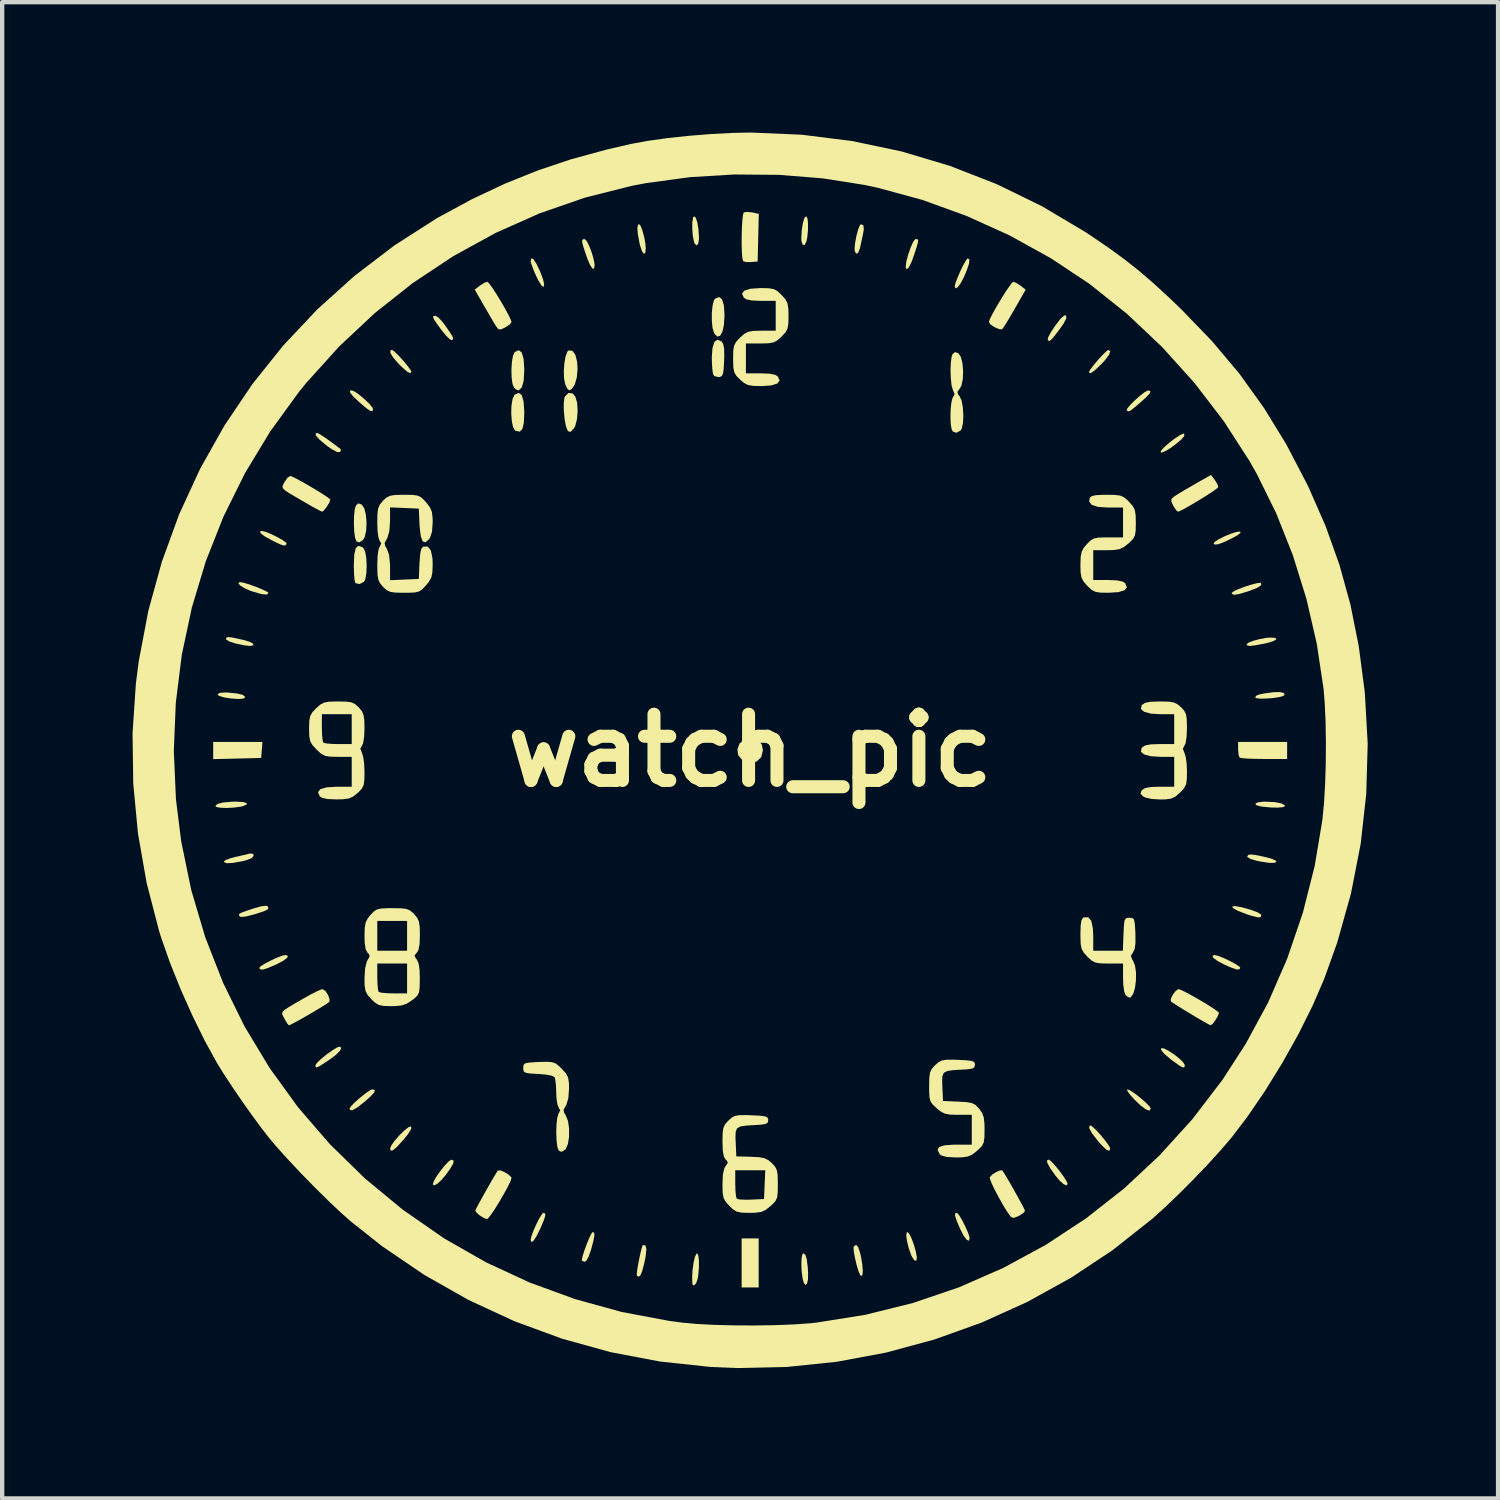
<source format=kicad_pcb>
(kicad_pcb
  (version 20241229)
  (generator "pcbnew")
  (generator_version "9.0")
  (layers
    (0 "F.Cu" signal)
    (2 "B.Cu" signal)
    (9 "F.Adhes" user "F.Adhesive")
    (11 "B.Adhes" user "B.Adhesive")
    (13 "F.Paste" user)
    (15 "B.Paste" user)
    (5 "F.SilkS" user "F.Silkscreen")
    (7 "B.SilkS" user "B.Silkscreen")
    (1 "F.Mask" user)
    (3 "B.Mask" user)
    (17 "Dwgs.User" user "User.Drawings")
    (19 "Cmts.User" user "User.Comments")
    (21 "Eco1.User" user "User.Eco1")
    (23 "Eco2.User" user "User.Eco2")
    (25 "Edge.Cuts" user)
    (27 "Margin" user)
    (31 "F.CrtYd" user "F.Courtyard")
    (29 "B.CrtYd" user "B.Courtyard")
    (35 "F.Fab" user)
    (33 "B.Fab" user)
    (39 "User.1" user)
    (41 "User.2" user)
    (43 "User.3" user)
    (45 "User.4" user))
  (footprint "watch_pic"
    (layer "F.Cu")
    (at 14.213 14.22)
    (property "Reference" "watch_pic" (at 0 0 0) (layer "F.SilkS") (effects (font (size 1.524 1.524) (thickness 0.3))))
    (attr board_only exclude_from_pos_files exclude_from_bom)
    (fp_poly (pts (xy 0.196 12.357) (xy -0.196 12.357) (xy -0.196 11.229) (xy 0.196 11.229)) (stroke (width 0) (type solid)) (fill yes) (layer "F.SilkS"))
    (fp_poly (pts (xy -11.238 -0.012) (xy -11.253 0.172) (xy -12.357 0.199) (xy -12.357 -0.196) (xy -11.223 -0.196)) (stroke (width 0) (type solid)) (fill yes) (layer "F.SilkS"))
    (fp_poly (pts (xy 12.357 0.196) (xy 11.826 0.196) (xy 11.606 0.193) (xy 11.425 0.186) (xy 11.302 0.174) (xy 11.262 0.163) (xy 11.239 0.096) (xy 11.229 -0.023) (xy 11.229 -0.033) (xy 11.229 -0.196) (xy 12.357 -0.196)) (stroke (width 0) (type solid)) (fill yes) (layer "F.SilkS"))
    (fp_poly (pts (xy -12.025 -1.333) (xy -11.805 -1.311) (xy -11.675 -1.279) (xy -11.623 -1.235) (xy -11.621 -1.223) (xy -11.666 -1.193) (xy -11.784 -1.185) (xy -11.955 -1.197) (xy -12.101 -1.22) (xy -12.224 -1.257) (xy -12.257 -1.295) (xy -12.206 -1.325) (xy -12.08 -1.335)) (stroke (width 0) (type solid)) (fill yes) (layer "F.SilkS"))
    (fp_poly (pts (xy 11.304 3.606) (xy 11.507 3.662) (xy 11.679 3.725) (xy 11.76 3.778) (xy 11.753 3.825) (xy 11.732 3.84) (xy 11.669 3.837) (xy 11.544 3.806) (xy 11.427 3.769) (xy 11.223 3.69) (xy 11.113 3.628) (xy 11.092 3.591) (xy 11.157 3.581)) (stroke (width 0) (type solid)) (fill yes) (layer "F.SilkS"))
    (fp_poly (pts (xy -11.669 1.187) (xy -11.586 1.212) (xy -11.588 1.246) (xy -11.679 1.283) (xy -11.725 1.293) (xy -11.883 1.315) (xy -12.048 1.323) (xy -12.192 1.318) (xy -12.286 1.3) (xy -12.308 1.281) (xy -12.261 1.231) (xy -12.128 1.197) (xy -11.921 1.179) (xy -11.83 1.178)) (stroke (width 0) (type solid)) (fill yes) (layer "F.SilkS"))
    (fp_poly (pts (xy -9.905 -7.279) (xy -9.795 -7.207) (xy -9.653 -7.107) (xy -9.502 -6.995) (xy -9.418 -6.929) (xy -9.426 -6.886) (xy -9.443 -6.866) (xy -9.507 -6.868) (xy -9.629 -6.934) (xy -9.746 -7.016) (xy -9.906 -7.149) (xy -9.992 -7.244) (xy -9.998 -7.297) (xy -9.961 -7.306)) (stroke (width 0) (type solid)) (fill yes) (layer "F.SilkS"))
    (fp_poly (pts (xy -8.636 7.815) (xy -8.655 7.874) (xy -8.752 7.977) (xy -8.872 8.083) (xy -9.046 8.219) (xy -9.159 8.281) (xy -9.213 8.27) (xy -9.219 8.242) (xy -9.183 8.185) (xy -9.092 8.092) (xy -8.972 7.986) (xy -8.847 7.887) (xy -8.743 7.818) (xy -8.691 7.797)) (stroke (width 0) (type solid)) (fill yes) (layer "F.SilkS"))
    (fp_poly (pts (xy -8.19 -9.184) (xy -8.099 -9.096) (xy -7.993 -8.981) (xy -7.893 -8.862) (xy -7.82 -8.764) (xy -7.797 -8.716) (xy -7.82 -8.68) (xy -7.895 -8.718) (xy -8.023 -8.832) (xy -8.081 -8.889) (xy -8.214 -9.04) (xy -8.28 -9.149) (xy -8.276 -9.209) (xy -8.242 -9.219)) (stroke (width 0) (type solid)) (fill yes) (layer "F.SilkS"))
    (fp_poly (pts (xy -7.803 8.651) (xy -7.799 8.707) (xy -7.871 8.825) (xy -7.973 8.952) (xy -8.121 9.116) (xy -8.22 9.201) (xy -8.273 9.21) (xy -8.285 9.157) (xy -8.253 9.081) (xy -8.173 8.972) (xy -8.068 8.852) (xy -7.957 8.744) (xy -7.862 8.669) (xy -7.804 8.65)) (stroke (width 0) (type solid)) (fill yes) (layer "F.SilkS"))
    (fp_poly (pts (xy -4.99 -11.307) (xy -4.923 -11.208) (xy -4.839 -11.035) (xy -4.834 -11.025) (xy -4.765 -10.84) (xy -4.74 -10.719) (xy -4.753 -10.669) (xy -4.799 -10.697) (xy -4.872 -10.811) (xy -4.922 -10.912) (xy -4.99 -11.07) (xy -5.036 -11.198) (xy -5.051 -11.259) (xy -5.035 -11.326)) (stroke (width 0) (type solid)) (fill yes) (layer "F.SilkS"))
    (fp_poly (pts (xy -2.519 -12.068) (xy -2.477 -11.958) (xy -2.438 -11.811) (xy -2.411 -11.659) (xy -2.403 -11.55) (xy -2.415 -11.447) (xy -2.448 -11.43) (xy -2.49 -11.491) (xy -2.534 -11.623) (xy -2.546 -11.673) (xy -2.588 -11.905) (xy -2.595 -12.049) (xy -2.568 -12.109) (xy -2.556 -12.112)) (stroke (width 0) (type solid)) (fill yes) (layer "F.SilkS"))
    (fp_poly (pts (xy -1.253 -12.262) (xy -1.216 -12.155) (xy -1.19 -11.994) (xy -1.178 -11.803) (xy -1.177 -11.781) (xy -1.193 -11.666) (xy -1.231 -11.622) (xy -1.276 -11.661) (xy -1.293 -11.707) (xy -1.32 -11.845) (xy -1.332 -12.004) (xy -1.331 -12.153) (xy -1.315 -12.26) (xy -1.294 -12.293)) (stroke (width 0) (type solid)) (fill yes) (layer "F.SilkS"))
    (fp_poly (pts (xy 0.167 -0.252) (xy 0.267 -0.138) (xy 0.294 -0.004) (xy 0.255 0.153) (xy 0.152 0.253) (xy 0.01 0.286) (xy -0.149 0.241) (xy -0.185 0.218) (xy -0.277 0.105) (xy -0.293 -0.028) (xy -0.244 -0.157) (xy -0.14 -0.255) (xy 0.009 -0.294) (xy 0.013 -0.294)) (stroke (width 0) (type solid)) (fill yes) (layer "F.SilkS"))
    (fp_poly (pts (xy 1.269 11.604) (xy 1.302 11.707) (xy 1.325 11.891) (xy 1.333 12.009) (xy 1.331 12.17) (xy 1.308 12.27) (xy 1.273 12.3) (xy 1.234 12.249) (xy 1.208 12.156) (xy 1.186 11.995) (xy 1.178 11.829) (xy 1.184 11.685) (xy 1.203 11.592) (xy 1.223 11.572)) (stroke (width 0) (type solid)) (fill yes) (layer "F.SilkS"))
    (fp_poly (pts (xy 1.294 -12.293) (xy 1.32 -12.238) (xy 1.332 -12.118) (xy 1.33 -11.964) (xy 1.314 -11.807) (xy 1.293 -11.707) (xy 1.251 -11.629) (xy 1.208 -11.637) (xy 1.181 -11.721) (xy 1.177 -11.781) (xy 1.187 -11.974) (xy 1.213 -12.139) (xy 1.248 -12.253) (xy 1.289 -12.294)) (stroke (width 0) (type solid)) (fill yes) (layer "F.SilkS"))
    (fp_poly (pts (xy 6.925 9.452) (xy 7.012 9.546) (xy 7.114 9.67) (xy 7.21 9.801) (xy 7.28 9.911) (xy 7.306 9.974) (xy 7.279 10.01) (xy 7.21 9.978) (xy 7.113 9.89) (xy 7.023 9.781) (xy 6.898 9.602) (xy 6.836 9.487) (xy 6.834 9.428) (xy 6.872 9.415)) (stroke (width 0) (type solid)) (fill yes) (layer "F.SilkS"))
    (fp_poly (pts (xy 7.888 8.666) (xy 7.979 8.755) (xy 8.086 8.874) (xy 8.186 8.998) (xy 8.26 9.102) (xy 8.286 9.157) (xy 8.266 9.214) (xy 8.201 9.19) (xy 8.089 9.084) (xy 7.997 8.979) (xy 7.864 8.806) (xy 7.801 8.69) (xy 7.811 8.635) (xy 7.833 8.63)) (stroke (width 0) (type solid)) (fill yes) (layer "F.SilkS"))
    (fp_poly (pts (xy 8.287 -9.189) (xy 8.259 -9.106) (xy 8.163 -8.978) (xy 8.081 -8.889) (xy 7.93 -8.747) (xy 7.836 -8.683) (xy 7.798 -8.697) (xy 7.797 -8.709) (xy 7.827 -8.766) (xy 7.904 -8.867) (xy 8.005 -8.987) (xy 8.11 -9.102) (xy 8.197 -9.187) (xy 8.242 -9.219)) (stroke (width 0) (type solid)) (fill yes) (layer "F.SilkS"))
    (fp_poly (pts (xy 8.753 7.827) (xy 8.865 7.903) (xy 8.993 8.005) (xy 9.112 8.11) (xy 9.195 8.198) (xy 9.219 8.242) (xy 9.19 8.288) (xy 9.107 8.26) (xy 8.978 8.163) (xy 8.851 8.042) (xy 8.741 7.921) (xy 8.679 7.834) (xy 8.677 7.797) (xy 8.681 7.797)) (stroke (width 0) (type solid)) (fill yes) (layer "F.SilkS"))
    (fp_poly (pts (xy 9.987 -7.29) (xy 9.99 -7.238) (xy 9.92 -7.153) (xy 9.771 -7.031) (xy 9.69 -6.972) (xy 9.565 -6.894) (xy 9.473 -6.856) (xy 9.441 -6.862) (xy 9.463 -6.91) (xy 9.543 -6.993) (xy 9.658 -7.092) (xy 9.784 -7.187) (xy 9.896 -7.26) (xy 9.972 -7.293)) (stroke (width 0) (type solid)) (fill yes) (layer "F.SilkS"))
    (fp_poly (pts (xy 10.772 4.728) (xy 10.901 4.779) (xy 11.043 4.846) (xy 11.172 4.916) (xy 11.259 4.974) (xy 11.278 4.999) (xy 11.256 5.039) (xy 11.181 5.036) (xy 11.043 4.986) (xy 10.898 4.921) (xy 10.747 4.839) (xy 10.656 4.77) (xy 10.637 4.723) (xy 10.688 4.707)) (stroke (width 0) (type solid)) (fill yes) (layer "F.SilkS"))
    (fp_poly (pts (xy 11.276 -5.037) (xy 11.286 -5.009) (xy 11.213 -4.952) (xy 11.141 -4.911) (xy 10.926 -4.804) (xy 10.781 -4.748) (xy 10.695 -4.738) (xy 10.664 -4.758) (xy 10.689 -4.799) (xy 10.78 -4.859) (xy 10.911 -4.925) (xy 11.054 -4.985) (xy 11.183 -5.027) (xy 11.271 -5.038)) (stroke (width 0) (type solid)) (fill yes) (layer "F.SilkS"))
    (fp_poly (pts (xy 12.072 1.189) (xy 12.226 1.218) (xy 12.302 1.263) (xy 12.308 1.281) (xy 12.263 1.304) (xy 12.147 1.315) (xy 11.985 1.312) (xy 11.803 1.295) (xy 11.756 1.289) (xy 11.646 1.259) (xy 11.625 1.224) (xy 11.683 1.194) (xy 11.813 1.178) (xy 11.854 1.178)) (stroke (width 0) (type solid)) (fill yes) (layer "F.SilkS"))
    (fp_poly (pts (xy 12.279 -1.324) (xy 12.3 -1.287) (xy 12.27 -1.257) (xy 12.186 -1.23) (xy 12.053 -1.209) (xy 11.899 -1.196) (xy 11.756 -1.192) (xy 11.654 -1.201) (xy 11.621 -1.219) (xy 11.644 -1.259) (xy 11.722 -1.291) (xy 11.87 -1.318) (xy 12.05 -1.341) (xy 12.189 -1.344)) (stroke (width 0) (type solid)) (fill yes) (layer "F.SilkS"))
    (fp_poly (pts (xy -11.647 -3.858) (xy -11.513 -3.817) (xy -11.361 -3.761) (xy -11.22 -3.703) (xy -11.117 -3.653) (xy -11.082 -3.624) (xy -11.124 -3.587) (xy -11.251 -3.599) (xy -11.462 -3.661) (xy -11.496 -3.672) (xy -11.631 -3.731) (xy -11.73 -3.792) (xy -11.776 -3.844) (xy -11.755 -3.872) (xy -11.733 -3.874)) (stroke (width 0) (type solid)) (fill yes) (layer "F.SilkS"))
    (fp_poly (pts (xy -11.438 2.38) (xy -11.425 2.42) (xy -11.473 2.48) (xy -11.616 2.532) (xy -11.673 2.546) (xy -11.904 2.588) (xy -12.047 2.595) (xy -12.109 2.568) (xy -12.112 2.555) (xy -12.068 2.52) (xy -11.956 2.479) (xy -11.854 2.452) (xy -11.691 2.415) (xy -11.559 2.383) (xy -11.511 2.371)) (stroke (width 0) (type solid)) (fill yes) (layer "F.SilkS"))
    (fp_poly (pts (xy -11.15 -5.031) (xy -11.025 -4.98) (xy -10.887 -4.913) (xy -10.764 -4.843) (xy -10.682 -4.785) (xy -10.665 -4.756) (xy -10.694 -4.722) (xy -10.737 -4.717) (xy -10.816 -4.744) (xy -10.954 -4.809) (xy -11.021 -4.843) (xy -11.178 -4.931) (xy -11.266 -5) (xy -11.277 -5.041) (xy -11.235 -5.051)) (stroke (width 0) (type solid)) (fill yes) (layer "F.SilkS"))
    (fp_poly (pts (xy -9.095 -8.256) (xy -8.985 -8.177) (xy -8.863 -8.074) (xy -8.756 -7.969) (xy -8.689 -7.886) (xy -8.679 -7.86) (xy -8.692 -7.81) (xy -8.737 -7.812) (xy -8.827 -7.872) (xy -8.974 -7.996) (xy -8.986 -8.007) (xy -9.134 -8.145) (xy -9.206 -8.234) (xy -9.207 -8.278) (xy -9.167 -8.287)) (stroke (width 0) (type solid)) (fill yes) (layer "F.SilkS"))
    (fp_poly (pts (xy -6.825 9.435) (xy -6.832 9.502) (xy -6.902 9.624) (xy -6.998 9.759) (xy -7.105 9.886) (xy -7.201 9.972) (xy -7.271 10.009) (xy -7.301 9.988) (xy -7.288 9.929) (xy -7.233 9.826) (xy -7.144 9.697) (xy -7.043 9.569) (xy -6.949 9.467) (xy -6.884 9.418) (xy -6.877 9.417)) (stroke (width 0) (type solid)) (fill yes) (layer "F.SilkS"))
    (fp_poly (pts (xy -1.195 11.616) (xy -1.18 11.729) (xy -1.179 11.883) (xy -1.191 12.05) (xy -1.207 12.154) (xy -1.242 12.256) (xy -1.287 12.31) (xy -1.322 12.298) (xy -1.329 12.271) (xy -1.335 12.123) (xy -1.325 11.952) (xy -1.302 11.786) (xy -1.271 11.652) (xy -1.235 11.579) (xy -1.222 11.572)) (stroke (width 0) (type solid)) (fill yes) (layer "F.SilkS"))
    (fp_poly (pts (xy 0.052 -12.381) (xy 0.199 -12.348) (xy 0.172 -11.253) (xy 0.023 -11.239) (xy -0.094 -11.239) (xy -0.161 -11.259) (xy -0.179 -11.324) (xy -0.191 -11.461) (xy -0.196 -11.643) (xy -0.195 -11.848) (xy -0.189 -12.048) (xy -0.178 -12.221) (xy -0.162 -12.341) (xy -0.146 -12.382) (xy -0.066 -12.394)) (stroke (width 0) (type solid)) (fill yes) (layer "F.SilkS"))
    (fp_poly (pts (xy 2.487 11.432) (xy 2.536 11.584) (xy 2.55 11.646) (xy 2.581 11.832) (xy 2.592 11.98) (xy 2.583 12.072) (xy 2.555 12.094) (xy 2.529 12.066) (xy 2.49 11.975) (xy 2.448 11.833) (xy 2.411 11.674) (xy 2.385 11.53) (xy 2.379 11.434) (xy 2.384 11.416) (xy 2.437 11.376)) (stroke (width 0) (type solid)) (fill yes) (layer "F.SilkS"))
    (fp_poly (pts (xy 2.605 -12.085) (xy 2.616 -11.996) (xy 2.596 -11.876) (xy 2.56 -11.714) (xy 2.529 -11.567) (xy 2.527 -11.56) (xy 2.486 -11.454) (xy 2.439 -11.431) (xy 2.407 -11.493) (xy 2.403 -11.55) (xy 2.414 -11.676) (xy 2.442 -11.826) (xy 2.479 -11.969) (xy 2.518 -12.074) (xy 2.547 -12.112)) (stroke (width 0) (type solid)) (fill yes) (layer "F.SilkS"))
    (fp_poly (pts (xy 3.664 11.125) (xy 3.717 11.235) (xy 3.77 11.38) (xy 3.812 11.532) (xy 3.835 11.66) (xy 3.829 11.734) (xy 3.826 11.738) (xy 3.776 11.734) (xy 3.716 11.636) (xy 3.708 11.618) (xy 3.648 11.449) (xy 3.608 11.287) (xy 3.592 11.159) (xy 3.605 11.088) (xy 3.619 11.082)) (stroke (width 0) (type solid)) (fill yes) (layer "F.SilkS"))
    (fp_poly (pts (xy 7.271 -10.009) (xy 7.275 -9.944) (xy 7.211 -9.82) (xy 7.116 -9.687) (xy 7.001 -9.536) (xy 6.929 -9.452) (xy 6.887 -9.423) (xy 6.859 -9.435) (xy 6.846 -9.455) (xy 6.86 -9.512) (xy 6.92 -9.624) (xy 7.014 -9.767) (xy 7.021 -9.777) (xy 7.144 -9.937) (xy 7.228 -10.011)) (stroke (width 0) (type solid)) (fill yes) (layer "F.SilkS"))
    (fp_poly (pts (xy 9.516 6.855) (xy 9.621 6.907) (xy 9.748 6.99) (xy 9.871 7.085) (xy 9.964 7.175) (xy 10.003 7.241) (xy 10.003 7.243) (xy 9.992 7.29) (xy 9.951 7.293) (xy 9.867 7.245) (xy 9.725 7.142) (xy 9.67 7.1) (xy 9.528 6.978) (xy 9.457 6.891) (xy 9.457 6.852)) (stroke (width 0) (type solid)) (fill yes) (layer "F.SilkS"))
    (fp_poly (pts (xy 11.621 2.404) (xy 11.793 2.439) (xy 11.879 2.458) (xy 12.014 2.497) (xy 12.098 2.537) (xy 12.112 2.555) (xy 12.071 2.587) (xy 11.948 2.587) (xy 11.738 2.555) (xy 11.656 2.538) (xy 11.516 2.498) (xy 11.445 2.454) (xy 11.44 2.434) (xy 11.464 2.403) (xy 11.517 2.393)) (stroke (width 0) (type solid)) (fill yes) (layer "F.SilkS"))
    (fp_poly (pts (xy 11.756 -3.853) (xy 11.76 -3.804) (xy 11.676 -3.746) (xy 11.501 -3.676) (xy 11.453 -3.66) (xy 11.258 -3.601) (xy 11.139 -3.582) (xy 11.087 -3.603) (xy 11.082 -3.625) (xy 11.125 -3.661) (xy 11.233 -3.712) (xy 11.379 -3.767) (xy 11.532 -3.816) (xy 11.664 -3.85) (xy 11.745 -3.858)) (stroke (width 0) (type solid)) (fill yes) (layer "F.SilkS"))
    (fp_poly (pts (xy 12.09 -2.588) (xy 12.108 -2.558) (xy 12.047 -2.519) (xy 11.915 -2.477) (xy 11.834 -2.459) (xy 11.631 -2.421) (xy 11.506 -2.406) (xy 11.443 -2.414) (xy 11.425 -2.444) (xy 11.425 -2.446) (xy 11.469 -2.482) (xy 11.579 -2.524) (xy 11.725 -2.563) (xy 11.878 -2.591) (xy 11.986 -2.599)) (stroke (width 0) (type solid)) (fill yes) (layer "F.SilkS"))
    (fp_poly (pts (xy -11.93 -2.601) (xy -11.791 -2.573) (xy -11.658 -2.543) (xy -11.517 -2.501) (xy -11.438 -2.457) (xy -11.431 -2.422) (xy -11.504 -2.406) (xy -11.535 -2.407) (xy -11.651 -2.421) (xy -11.808 -2.454) (xy -11.866 -2.468) (xy -11.991 -2.511) (xy -12.06 -2.555) (xy -12.064 -2.574) (xy -12.046 -2.6) (xy -12.008 -2.61)) (stroke (width 0) (type solid)) (fill yes) (layer "F.SilkS"))
    (fp_poly (pts (xy -11.102 3.586) (xy -11.086 3.628) (xy -11.109 3.662) (xy -11.187 3.699) (xy -11.337 3.749) (xy -11.42 3.774) (xy -11.6 3.82) (xy -11.715 3.831) (xy -11.749 3.817) (xy -11.765 3.785) (xy -11.756 3.759) (xy -11.702 3.731) (xy -11.587 3.689) (xy -11.438 3.639) (xy -11.253 3.586) (xy -11.137 3.573)) (stroke (width 0) (type solid)) (fill yes) (layer "F.SilkS"))
    (fp_poly (pts (xy -10.636 4.726) (xy -10.657 4.774) (xy -10.748 4.842) (xy -10.9 4.921) (xy -10.916 4.929) (xy -11.091 5.003) (xy -11.198 5.04) (xy -11.258 5.043) (xy -11.292 5.017) (xy -11.299 5.008) (xy -11.27 4.971) (xy -11.178 4.911) (xy -11.047 4.842) (xy -10.906 4.776) (xy -10.779 4.726) (xy -10.696 4.707)) (stroke (width 0) (type solid)) (fill yes) (layer "F.SilkS"))
    (fp_poly (pts (xy -9.407 6.841) (xy -9.436 6.906) (xy -9.527 7) (xy -9.671 7.109) (xy -9.673 7.11) (xy -9.836 7.218) (xy -9.934 7.278) (xy -9.983 7.296) (xy -10.001 7.279) (xy -10.003 7.243) (xy -9.966 7.186) (xy -9.872 7.097) (xy -9.747 6.995) (xy -9.617 6.902) (xy -9.507 6.835) (xy -9.451 6.816)) (stroke (width 0) (type solid)) (fill yes) (layer "F.SilkS"))
    (fp_poly (pts (xy -4.719 10.654) (xy -4.714 10.704) (xy -4.747 10.808) (xy -4.821 10.982) (xy -4.827 10.998) (xy -4.912 11.17) (xy -4.982 11.279) (xy -5.031 11.315) (xy -5.05 11.269) (xy -5.051 11.262) (xy -5.031 11.172) (xy -4.982 11.038) (xy -4.915 10.89) (xy -4.846 10.756) (xy -4.787 10.664) (xy -4.757 10.641)) (stroke (width 0) (type solid)) (fill yes) (layer "F.SilkS"))
    (fp_poly (pts (xy -3.764 -11.726) (xy -3.707 -11.617) (xy -3.651 -11.472) (xy -3.605 -11.319) (xy -3.581 -11.19) (xy -3.58 -11.163) (xy -3.594 -11.085) (xy -3.632 -11.093) (xy -3.687 -11.177) (xy -3.752 -11.33) (xy -3.771 -11.386) (xy -3.833 -11.573) (xy -3.864 -11.687) (xy -3.865 -11.745) (xy -3.839 -11.766) (xy -3.809 -11.768)) (stroke (width 0) (type solid)) (fill yes) (layer "F.SilkS"))
    (fp_poly (pts (xy -3.59 11.098) (xy -3.584 11.159) (xy -3.606 11.28) (xy -3.658 11.477) (xy -3.66 11.483) (xy -3.716 11.647) (xy -3.773 11.747) (xy -3.807 11.768) (xy -3.868 11.745) (xy -3.874 11.729) (xy -3.858 11.644) (xy -3.816 11.511) (xy -3.761 11.36) (xy -3.703 11.219) (xy -3.653 11.117) (xy -3.624 11.082)) (stroke (width 0) (type solid)) (fill yes) (layer "F.SilkS"))
    (fp_poly (pts (xy -2.424 11.388) (xy -2.404 11.404) (xy -2.388 11.48) (xy -2.404 11.633) (xy -2.433 11.781) (xy -2.482 11.973) (xy -2.525 12.079) (xy -2.568 12.11) (xy -2.608 12.086) (xy -2.609 12.032) (xy -2.593 11.912) (xy -2.565 11.758) (xy -2.532 11.599) (xy -2.5 11.465) (xy -2.473 11.386) (xy -2.469 11.379)) (stroke (width 0) (type solid)) (fill yes) (layer "F.SilkS"))
    (fp_poly (pts (xy 3.848 -11.766) (xy 3.866 -11.745) (xy 3.86 -11.688) (xy 3.828 -11.575) (xy 3.771 -11.399) (xy 3.709 -11.23) (xy 3.651 -11.118) (xy 3.606 -11.073) (xy 3.582 -11.106) (xy 3.58 -11.14) (xy 3.595 -11.257) (xy 3.635 -11.407) (xy 3.688 -11.561) (xy 3.743 -11.688) (xy 3.792 -11.761) (xy 3.807 -11.768)) (stroke (width 0) (type solid)) (fill yes) (layer "F.SilkS"))
    (fp_poly (pts (xy 4.799 10.681) (xy 4.863 10.784) (xy 4.934 10.92) (xy 4.999 11.061) (xy 5.041 11.177) (xy 5.051 11.226) (xy 5.032 11.283) (xy 4.984 11.261) (xy 4.915 11.17) (xy 4.837 11.019) (xy 4.829 11.002) (xy 4.752 10.821) (xy 4.716 10.711) (xy 4.717 10.657) (xy 4.751 10.641) (xy 4.757 10.641)) (stroke (width 0) (type solid)) (fill yes) (layer "F.SilkS"))
    (fp_poly (pts (xy 5.046 -11.295) (xy 5.035 -11.196) (xy 4.974 -11.023) (xy 4.929 -10.916) (xy 4.851 -10.762) (xy 4.781 -10.664) (xy 4.729 -10.632) (xy 4.708 -10.677) (xy 4.707 -10.686) (xy 4.727 -10.764) (xy 4.776 -10.891) (xy 4.841 -11.039) (xy 4.91 -11.179) (xy 4.97 -11.284) (xy 5.008 -11.327) (xy 5.008 -11.327)) (stroke (width 0) (type solid)) (fill yes) (layer "F.SilkS"))
    (fp_poly (pts (xy 9.211 -8.271) (xy 9.197 -8.22) (xy 9.11 -8.125) (xy 8.976 -8.005) (xy 8.839 -7.888) (xy 8.756 -7.824) (xy 8.71 -7.803) (xy 8.68 -7.813) (xy 8.665 -7.827) (xy 8.681 -7.873) (xy 8.753 -7.958) (xy 8.857 -8.062) (xy 8.974 -8.165) (xy 9.079 -8.246) (xy 9.151 -8.284) (xy 9.157 -8.285)) (stroke (width 0) (type solid)) (fill yes) (layer "F.SilkS"))
    (fp_poly (pts (xy -8.938 -5.658) (xy -8.88 -5.573) (xy -8.843 -5.424) (xy -8.828 -5.243) (xy -8.836 -5.062) (xy -8.869 -4.914) (xy -8.913 -4.84) (xy -8.996 -4.788) (xy -9.059 -4.813) (xy -9.062 -4.816) (xy -9.092 -4.895) (xy -9.111 -5.039) (xy -9.119 -5.218) (xy -9.115 -5.399) (xy -9.099 -5.55) (xy -9.072 -5.639) (xy -9.014 -5.686)) (stroke (width 0) (type solid)) (fill yes) (layer "F.SilkS"))
    (fp_poly (pts (xy -7.178 -9.966) (xy -7.087 -9.871) (xy -7.029 -9.795) (xy -6.918 -9.635) (xy -6.856 -9.537) (xy -6.835 -9.482) (xy -6.847 -9.452) (xy -6.862 -9.441) (xy -6.912 -9.463) (xy -6.999 -9.547) (xy -7.104 -9.676) (xy -7.108 -9.681) (xy -7.222 -9.839) (xy -7.284 -9.935) (xy -7.298 -9.984) (xy -7.271 -10.001) (xy -7.241 -10.003)) (stroke (width 0) (type solid)) (fill yes) (layer "F.SilkS"))
    (fp_poly (pts (xy -5.256 -8.176) (xy -5.214 -8.031) (xy -5.198 -7.796) (xy -5.198 -7.772) (xy -5.208 -7.54) (xy -5.242 -7.397) (xy -5.303 -7.337) (xy -5.394 -7.355) (xy -5.407 -7.361) (xy -5.455 -7.436) (xy -5.485 -7.577) (xy -5.498 -7.753) (xy -5.493 -7.933) (xy -5.468 -8.086) (xy -5.425 -8.182) (xy -5.418 -8.189) (xy -5.325 -8.229)) (stroke (width 0) (type solid)) (fill yes) (layer "F.SilkS"))
    (fp_poly (pts (xy -5.256 -9.157) (xy -5.214 -9.012) (xy -5.198 -8.778) (xy -5.198 -8.757) (xy -5.212 -8.508) (xy -5.255 -8.353) (xy -5.326 -8.289) (xy -5.345 -8.287) (xy -5.401 -8.317) (xy -5.433 -8.346) (xy -5.469 -8.433) (xy -5.489 -8.582) (xy -5.494 -8.763) (xy -5.483 -8.943) (xy -5.457 -9.089) (xy -5.418 -9.169) (xy -5.325 -9.21)) (stroke (width 0) (type solid)) (fill yes) (layer "F.SilkS"))
    (fp_poly (pts (xy -4.09 -9.197) (xy -4.022 -9.103) (xy -3.981 -8.938) (xy -3.972 -8.779) (xy -3.99 -8.582) (xy -4.037 -8.42) (xy -4.105 -8.315) (xy -4.166 -8.287) (xy -4.209 -8.328) (xy -4.256 -8.427) (xy -4.257 -8.429) (xy -4.283 -8.565) (xy -4.288 -8.738) (xy -4.275 -8.917) (xy -4.246 -9.075) (xy -4.206 -9.18) (xy -4.178 -9.206)) (stroke (width 0) (type solid)) (fill yes) (layer "F.SilkS"))
    (fp_poly (pts (xy -4.089 -8.218) (xy -4.023 -8.143) (xy -3.982 -8.003) (xy -3.97 -7.817) (xy -3.985 -7.624) (xy -4.026 -7.466) (xy -4.06 -7.405) (xy -4.13 -7.334) (xy -4.18 -7.341) (xy -4.2 -7.362) (xy -4.239 -7.459) (xy -4.269 -7.619) (xy -4.287 -7.804) (xy -4.29 -7.981) (xy -4.275 -8.112) (xy -4.264 -8.144) (xy -4.182 -8.227)) (stroke (width 0) (type solid)) (fill yes) (layer "F.SilkS"))
    (fp_poly (pts (xy -0.647 -10.383) (xy -0.604 -10.242) (xy -0.59 -10.017) (xy -0.59 -10.009) (xy -0.604 -9.792) (xy -0.641 -9.632) (xy -0.694 -9.54) (xy -0.758 -9.525) (xy -0.826 -9.597) (xy -0.832 -9.608) (xy -0.866 -9.725) (xy -0.882 -9.891) (xy -0.882 -10.075) (xy -0.864 -10.243) (xy -0.832 -10.363) (xy -0.809 -10.395) (xy -0.716 -10.435)) (stroke (width 0) (type solid)) (fill yes) (layer "F.SilkS"))
    (fp_poly (pts (xy -8.933 -4.683) (xy -8.899 -4.658) (xy -8.859 -4.575) (xy -8.834 -4.429) (xy -8.825 -4.253) (xy -8.832 -4.08) (xy -8.856 -3.942) (xy -8.885 -3.884) (xy -8.987 -3.828) (xy -9.081 -3.851) (xy -9.088 -3.857) (xy -9.103 -3.919) (xy -9.115 -4.052) (xy -9.12 -4.231) (xy -9.12 -4.276) (xy -9.11 -4.511) (xy -9.077 -4.654) (xy -9.019 -4.71)) (stroke (width 0) (type solid)) (fill yes) (layer "F.SilkS"))
    (fp_poly (pts (xy -0.66 -9.413) (xy -0.62 -9.354) (xy -0.599 -9.249) (xy -0.596 -9.076) (xy -0.599 -8.978) (xy -0.609 -8.788) (xy -0.624 -8.674) (xy -0.652 -8.617) (xy -0.699 -8.594) (xy -0.717 -8.591) (xy -0.817 -8.612) (xy -0.852 -8.656) (xy -0.868 -8.746) (xy -0.879 -8.898) (xy -0.883 -9.045) (xy -0.867 -9.265) (xy -0.823 -9.403) (xy -0.753 -9.453)) (stroke (width 0) (type solid)) (fill yes) (layer "F.SilkS"))
    (fp_poly (pts (xy 6.127 -10.758) (xy 6.223 -10.695) (xy 6.34 -10.604) (xy 6.085 -10.158) (xy 5.976 -9.971) (xy 5.883 -9.818) (xy 5.818 -9.719) (xy 5.795 -9.69) (xy 5.732 -9.696) (xy 5.628 -9.739) (xy 5.627 -9.74) (xy 5.532 -9.803) (xy 5.492 -9.859) (xy 5.492 -9.859) (xy 5.516 -9.928) (xy 5.579 -10.053) (xy 5.669 -10.212) (xy 5.772 -10.384) (xy 5.875 -10.549) (xy 5.966 -10.684) (xy 6.032 -10.769) (xy 6.055 -10.787)) (stroke (width 0) (type solid)) (fill yes) (layer "F.SilkS"))
    (fp_poly (pts (xy 10.695 -6.222) (xy 10.755 -6.124) (xy 10.77 -6.056) (xy 10.725 -6.016) (xy 10.617 -5.941) (xy 10.466 -5.844) (xy 10.295 -5.739) (xy 10.125 -5.638) (xy 9.978 -5.556) (xy 9.876 -5.505) (xy 9.845 -5.494) (xy 9.801 -5.532) (xy 9.74 -5.626) (xy 9.734 -5.638) (xy 9.691 -5.731) (xy 9.697 -5.79) (xy 9.764 -5.849) (xy 9.843 -5.899) (xy 9.987 -5.986) (xy 10.172 -6.094) (xy 10.316 -6.177) (xy 10.605 -6.34)) (stroke (width 0) (type solid)) (fill yes) (layer "F.SilkS"))
    (fp_poly (pts (xy -6.006 -10.747) (xy -5.931 -10.643) (xy -5.834 -10.495) (xy -5.73 -10.325) (xy -5.632 -10.153) (xy -5.551 -10.003) (xy -5.501 -9.894) (xy -5.492 -9.858) (xy -5.531 -9.805) (xy -5.627 -9.74) (xy -5.638 -9.734) (xy -5.74 -9.688) (xy -5.798 -9.698) (xy -5.852 -9.77) (xy -5.852 -9.77) (xy -5.909 -9.863) (xy -5.997 -10.014) (xy -6.101 -10.193) (xy -6.13 -10.243) (xy -6.338 -10.606) (xy -6.222 -10.696) (xy -6.12 -10.761) (xy -6.049 -10.787)) (stroke (width 0) (type solid)) (fill yes) (layer "F.SilkS"))
    (fp_poly (pts (xy -5.654 9.702) (xy -5.558 9.762) (xy -5.498 9.821) (xy -5.492 9.839) (xy -5.516 9.913) (xy -5.578 10.042) (xy -5.667 10.205) (xy -5.769 10.38) (xy -5.872 10.547) (xy -5.964 10.683) (xy -6.031 10.768) (xy -6.055 10.785) (xy -6.129 10.757) (xy -6.215 10.706) (xy -6.296 10.636) (xy -6.325 10.59) (xy -6.303 10.539) (xy -6.243 10.426) (xy -6.158 10.271) (xy -6.061 10.099) (xy -5.965 9.929) (xy -5.88 9.785) (xy -5.821 9.689) (xy -5.805 9.666) (xy -5.748 9.663)) (stroke (width 0) (type solid)) (fill yes) (layer "F.SilkS"))
    (fp_poly (pts (xy 9.925 5.515) (xy 10.049 5.577) (xy 10.209 5.664) (xy 10.382 5.764) (xy 10.548 5.865) (xy 10.684 5.953) (xy 10.77 6.016) (xy 10.788 6.039) (xy 10.763 6.11) (xy 10.706 6.208) (xy 10.642 6.292) (xy 10.598 6.324) (xy 10.546 6.3) (xy 10.429 6.235) (xy 10.267 6.141) (xy 10.14 6.065) (xy 9.957 5.953) (xy 9.807 5.859) (xy 9.708 5.794) (xy 9.68 5.773) (xy 9.68 5.715) (xy 9.725 5.623) (xy 9.79 5.536) (xy 9.851 5.493) (xy 9.858 5.492)) (stroke (width 0) (type solid)) (fill yes) (layer "F.SilkS"))
    (fp_poly (pts (xy -10.576 -6.316) (xy -10.497 -6.282) (xy -10.366 -6.213) (xy -10.203 -6.122) (xy -10.031 -6.021) (xy -9.87 -5.922) (xy -9.743 -5.839) (xy -9.67 -5.785) (xy -9.66 -5.772) (xy -9.685 -5.704) (xy -9.742 -5.609) (xy -9.806 -5.526) (xy -9.849 -5.494) (xy -9.903 -5.518) (xy -10.02 -5.58) (xy -10.176 -5.668) (xy -10.224 -5.696) (xy -10.453 -5.83) (xy -10.611 -5.923) (xy -10.707 -5.988) (xy -10.754 -6.036) (xy -10.762 -6.078) (xy -10.743 -6.125) (xy -10.712 -6.183) (xy -10.645 -6.279) (xy -10.583 -6.317)) (stroke (width 0) (type solid)) (fill yes) (layer "F.SilkS"))
    (fp_poly (pts (xy -9.776 5.533) (xy -9.714 5.625) (xy -9.678 5.727) (xy -9.683 5.784) (xy -9.732 5.821) (xy -9.844 5.892) (xy -9.998 5.985) (xy -10.171 6.087) (xy -10.341 6.184) (xy -10.487 6.264) (xy -10.585 6.315) (xy -10.614 6.325) (xy -10.65 6.287) (xy -10.707 6.191) (xy -10.717 6.172) (xy -10.754 6.105) (xy -10.771 6.056) (xy -10.758 6.012) (xy -10.704 5.962) (xy -10.596 5.892) (xy -10.423 5.791) (xy -10.287 5.712) (xy -10.111 5.613) (xy -9.961 5.538) (xy -9.862 5.496) (xy -9.842 5.492)) (stroke (width 0) (type solid)) (fill yes) (layer "F.SilkS"))
    (fp_poly (pts (xy 5.803 9.664) (xy 5.847 9.731) (xy 5.922 9.855) (xy 6.015 10.016) (xy 6.113 10.191) (xy 6.205 10.358) (xy 6.279 10.495) (xy 6.32 10.579) (xy 6.325 10.595) (xy 6.286 10.645) (xy 6.191 10.707) (xy 6.183 10.712) (xy 6.073 10.756) (xy 6.009 10.742) (xy 5.993 10.725) (xy 5.912 10.612) (xy 5.816 10.455) (xy 5.717 10.278) (xy 5.625 10.104) (xy 5.554 9.954) (xy 5.516 9.852) (xy 5.513 9.823) (xy 5.565 9.765) (xy 5.656 9.705) (xy 5.748 9.664) (xy 5.803 9.664)) (stroke (width 0) (type solid)) (fill yes) (layer "F.SilkS"))
    (fp_poly (pts (xy 4.792 -9.14) (xy 4.849 -9.056) (xy 4.886 -8.907) (xy 4.901 -8.727) (xy 4.894 -8.546) (xy 4.862 -8.398) (xy 4.825 -8.33) (xy 4.769 -8.254) (xy 4.784 -8.194) (xy 4.822 -8.148) (xy 4.867 -8.049) (xy 4.895 -7.891) (xy 4.906 -7.708) (xy 4.897 -7.535) (xy 4.869 -7.405) (xy 4.845 -7.365) (xy 4.746 -7.31) (xy 4.665 -7.34) (xy 4.639 -7.384) (xy 4.617 -7.497) (xy 4.609 -7.658) (xy 4.613 -7.836) (xy 4.629 -7.996) (xy 4.655 -8.107) (xy 4.669 -8.131) (xy 4.705 -8.199) (xy 4.669 -8.287) (xy 4.637 -8.39) (xy 4.618 -8.554) (xy 4.611 -8.745) (xy 4.618 -8.928) (xy 4.638 -9.07) (xy 4.658 -9.12) (xy 4.716 -9.168)) (stroke (width 0) (type solid)) (fill yes) (layer "F.SilkS"))
    (fp_poly (pts (xy -4.557 7.173) (xy -4.472 7.205) (xy -4.392 7.269) (xy -4.337 7.324) (xy -4.24 7.43) (xy -4.189 7.527) (xy -4.17 7.653) (xy -4.168 7.781) (xy -4.184 8.001) (xy -4.23 8.155) (xy -4.244 8.178) (xy -4.294 8.268) (xy -4.278 8.343) (xy -4.244 8.396) (xy -4.192 8.525) (xy -4.167 8.702) (xy -4.168 8.893) (xy -4.195 9.062) (xy -4.248 9.176) (xy -4.257 9.186) (xy -4.339 9.237) (xy -4.402 9.21) (xy -4.404 9.208) (xy -4.436 9.127) (xy -4.455 8.98) (xy -4.462 8.798) (xy -4.457 8.613) (xy -4.44 8.455) (xy -4.411 8.357) (xy -4.403 8.346) (xy -4.37 8.279) (xy -4.403 8.228) (xy -4.435 8.149) (xy -4.457 8.007) (xy -4.463 7.873) (xy -4.469 7.704) (xy -4.485 7.573) (xy -4.501 7.517) (xy -4.568 7.484) (xy -4.708 7.458) (xy -4.88 7.444) (xy -5.059 7.434) (xy -5.162 7.418) (xy -5.209 7.388) (xy -5.222 7.335) (xy -5.222 7.306) (xy -5.217 7.243) (xy -5.187 7.205) (xy -5.111 7.185) (xy -4.97 7.174) (xy -4.864 7.169) (xy -4.677 7.164)) (stroke (width 0) (type solid)) (fill yes) (layer "F.SilkS"))
    (fp_poly (pts (xy 7.849 3.919) (xy 7.886 4.089) (xy 7.895 4.272) (xy 7.895 4.609) (xy 8.577 4.609) (xy 8.591 4.229) (xy 8.6 4.038) (xy 8.613 3.925) (xy 8.639 3.87) (xy 8.683 3.851) (xy 8.728 3.849) (xy 8.791 3.855) (xy 8.829 3.884) (xy 8.849 3.959) (xy 8.86 4.1) (xy 8.865 4.211) (xy 8.867 4.428) (xy 8.849 4.568) (xy 8.809 4.65) (xy 8.808 4.652) (xy 8.761 4.725) (xy 8.786 4.799) (xy 8.805 4.827) (xy 8.855 4.944) (xy 8.879 5.106) (xy 8.878 5.286) (xy 8.857 5.459) (xy 8.816 5.598) (xy 8.759 5.678) (xy 8.728 5.688) (xy 8.672 5.658) (xy 8.64 5.629) (xy 8.608 5.548) (xy 8.587 5.396) (xy 8.581 5.237) (xy 8.581 4.903) (xy 8.247 4.903) (xy 8.065 4.9) (xy 7.948 4.882) (xy 7.862 4.838) (xy 7.774 4.759) (xy 7.757 4.742) (xy 7.675 4.65) (xy 7.628 4.565) (xy 7.606 4.455) (xy 7.601 4.288) (xy 7.6 4.225) (xy 7.606 4.027) (xy 7.624 3.909) (xy 7.658 3.851) (xy 7.675 3.842) (xy 7.778 3.838)) (stroke (width 0) (type solid)) (fill yes) (layer "F.SilkS"))
    (fp_poly (pts (xy 8.391 -5.881) (xy 8.513 -5.866) (xy 8.599 -5.83) (xy 8.68 -5.762) (xy 8.719 -5.722) (xy 8.804 -5.625) (xy 8.851 -5.535) (xy 8.871 -5.415) (xy 8.875 -5.237) (xy 8.872 -5.06) (xy 8.854 -4.947) (xy 8.809 -4.865) (xy 8.724 -4.781) (xy 8.702 -4.761) (xy 8.595 -4.677) (xy 8.494 -4.631) (xy 8.363 -4.612) (xy 8.212 -4.609) (xy 7.895 -4.609) (xy 7.895 -3.923) (xy 8.232 -3.923) (xy 8.444 -3.914) (xy 8.575 -3.886) (xy 8.63 -3.849) (xy 8.67 -3.756) (xy 8.617 -3.687) (xy 8.475 -3.644) (xy 8.248 -3.629) (xy 8.241 -3.629) (xy 8.061 -3.632) (xy 7.944 -3.651) (xy 7.858 -3.696) (xy 7.768 -3.779) (xy 7.757 -3.79) (xy 7.671 -3.889) (xy 7.624 -3.981) (xy 7.604 -4.102) (xy 7.6 -4.27) (xy 7.606 -4.452) (xy 7.628 -4.573) (xy 7.679 -4.668) (xy 7.745 -4.745) (xy 7.827 -4.829) (xy 7.906 -4.876) (xy 8.01 -4.898) (xy 8.173 -4.903) (xy 8.235 -4.903) (xy 8.581 -4.903) (xy 8.581 -5.59) (xy 8.244 -5.59) (xy 8.007 -5.605) (xy 7.861 -5.651) (xy 7.802 -5.73) (xy 7.814 -5.81) (xy 7.855 -5.851) (xy 7.949 -5.874) (xy 8.117 -5.883) (xy 8.202 -5.884)) (stroke (width 0) (type solid)) (fill yes) (layer "F.SilkS"))
    (fp_poly (pts (xy 9.62 -1.124) (xy 9.744 -1.106) (xy 9.832 -1.065) (xy 9.915 -0.996) (xy 9.987 -0.917) (xy 10.029 -0.835) (xy 10.047 -0.72) (xy 10.052 -0.541) (xy 10.052 -0.515) (xy 10.043 -0.312) (xy 10.02 -0.166) (xy 9.992 -0.107) (xy 9.957 -0.038) (xy 9.992 0.05) (xy 10.023 0.147) (xy 10.045 0.306) (xy 10.052 0.48) (xy 10.049 0.662) (xy 10.031 0.78) (xy 9.987 0.866) (xy 9.908 0.954) (xy 9.89 0.971) (xy 9.787 1.061) (xy 9.69 1.108) (xy 9.559 1.126) (xy 9.434 1.128) (xy 9.239 1.116) (xy 9.093 1.083) (xy 9.046 1.06) (xy 8.983 0.997) (xy 9.001 0.934) (xy 9.018 0.912) (xy 9.088 0.866) (xy 9.216 0.841) (xy 9.42 0.834) (xy 9.758 0.834) (xy 9.758 0.147) (xy 9.449 0.147) (xy 9.221 0.133) (xy 9.067 0.092) (xy 8.993 0.029) (xy 9.007 -0.053) (xy 9.018 -0.068) (xy 9.088 -0.115) (xy 9.216 -0.14) (xy 9.42 -0.147) (xy 9.758 -0.147) (xy 9.758 -0.834) (xy 9.449 -0.834) (xy 9.221 -0.848) (xy 9.067 -0.889) (xy 8.993 -0.952) (xy 9.007 -1.034) (xy 9.018 -1.049) (xy 9.086 -1.095) (xy 9.21 -1.12) (xy 9.409 -1.128) (xy 9.43 -1.128)) (stroke (width 0) (type solid)) (fill yes) (layer "F.SilkS"))
    (fp_poly (pts (xy 0.422 -10.637) (xy 0.539 -10.618) (xy 0.625 -10.573) (xy 0.715 -10.49) (xy 0.726 -10.479) (xy 0.812 -10.381) (xy 0.859 -10.289) (xy 0.879 -10.168) (xy 0.883 -9.998) (xy 0.879 -9.82) (xy 0.858 -9.704) (xy 0.81 -9.617) (xy 0.722 -9.524) (xy 0.721 -9.522) (xy 0.625 -9.437) (xy 0.535 -9.39) (xy 0.417 -9.37) (xy 0.238 -9.366) (xy 0.231 -9.366) (xy -0.098 -9.366) (xy -0.098 -8.679) (xy 0.239 -8.679) (xy 0.452 -8.67) (xy 0.582 -8.643) (xy 0.637 -8.606) (xy 0.677 -8.513) (xy 0.624 -8.443) (xy 0.483 -8.4) (xy 0.257 -8.385) (xy 0.251 -8.385) (xy 0.068 -8.39) (xy -0.052 -8.411) (xy -0.144 -8.459) (xy -0.233 -8.535) (xy -0.319 -8.622) (xy -0.366 -8.705) (xy -0.387 -8.815) (xy -0.392 -8.985) (xy -0.392 -9.015) (xy -0.389 -9.197) (xy -0.37 -9.314) (xy -0.326 -9.4) (xy -0.245 -9.489) (xy -0.231 -9.503) (xy -0.134 -9.588) (xy -0.045 -9.635) (xy 0.073 -9.655) (xy 0.253 -9.66) (xy 0.26 -9.66) (xy 0.588 -9.66) (xy 0.588 -10.346) (xy 0.251 -10.346) (xy 0.039 -10.355) (xy -0.092 -10.383) (xy -0.147 -10.42) (xy -0.187 -10.513) (xy -0.134 -10.582) (xy 0.008 -10.625) (xy 0.235 -10.641) (xy 0.242 -10.641)) (stroke (width 0) (type solid)) (fill yes) (layer "F.SilkS"))
    (fp_poly (pts (xy 4.786 7.12) (xy 4.98 7.13) (xy 5.096 7.144) (xy 5.154 7.17) (xy 5.172 7.212) (xy 5.173 7.233) (xy 5.16 7.29) (xy 5.106 7.322) (xy 4.987 7.339) (xy 4.903 7.343) (xy 4.679 7.356) (xy 4.536 7.376) (xy 4.456 7.419) (xy 4.423 7.499) (xy 4.419 7.629) (xy 4.423 7.737) (xy 4.438 8.066) (xy 4.791 8.081) (xy 4.979 8.092) (xy 5.099 8.113) (xy 5.181 8.154) (xy 5.254 8.226) (xy 5.269 8.244) (xy 5.338 8.341) (xy 5.376 8.445) (xy 5.392 8.591) (xy 5.394 8.727) (xy 5.391 8.907) (xy 5.374 9.022) (xy 5.332 9.104) (xy 5.253 9.184) (xy 5.22 9.213) (xy 5.112 9.299) (xy 5.009 9.345) (xy 4.875 9.363) (xy 4.736 9.366) (xy 4.526 9.355) (xy 4.4 9.32) (xy 4.365 9.293) (xy 4.313 9.196) (xy 4.344 9.129) (xy 4.463 9.088) (xy 4.673 9.072) (xy 4.73 9.071) (xy 5.1 9.071) (xy 5.1 8.385) (xy 4.783 8.385) (xy 4.6 8.38) (xy 4.478 8.357) (xy 4.379 8.304) (xy 4.292 8.233) (xy 4.202 8.149) (xy 4.15 8.074) (xy 4.126 7.977) (xy 4.119 7.827) (xy 4.119 7.727) (xy 4.122 7.538) (xy 4.138 7.416) (xy 4.176 7.332) (xy 4.243 7.255) (xy 4.259 7.24) (xy 4.336 7.172) (xy 4.412 7.134) (xy 4.515 7.117) (xy 4.672 7.116)) (stroke (width 0) (type solid)) (fill yes) (layer "F.SilkS"))
    (fp_poly (pts (xy -9.296 -1.124) (xy -9.176 -1.107) (xy -9.092 -1.067) (xy -9.013 -0.996) (xy -9.007 -0.99) (xy -8.936 -0.905) (xy -8.896 -0.815) (xy -8.879 -0.689) (xy -8.875 -0.51) (xy -8.884 -0.309) (xy -8.908 -0.165) (xy -8.935 -0.107) (xy -8.971 -0.038) (xy -8.935 0.05) (xy -8.905 0.146) (xy -8.883 0.305) (xy -8.875 0.49) (xy -8.878 0.675) (xy -8.894 0.793) (xy -8.934 0.875) (xy -9.006 0.954) (xy -9.035 0.98) (xy -9.134 1.06) (xy -9.231 1.104) (xy -9.361 1.123) (xy -9.519 1.126) (xy -9.728 1.118) (xy -9.856 1.089) (xy -9.905 1.054) (xy -9.945 0.961) (xy -9.892 0.892) (xy -9.749 0.849) (xy -9.52 0.834) (xy -9.507 0.834) (xy -9.169 0.834) (xy -9.169 0.147) (xy -9.49 0.147) (xy -9.669 0.143) (xy -9.785 0.123) (xy -9.875 0.074) (xy -9.973 -0.016) (xy -9.98 -0.023) (xy -10.074 -0.125) (xy -10.125 -0.216) (xy -10.146 -0.333) (xy -10.15 -0.504) (xy -10.15 -0.523) (xy -9.856 -0.523) (xy -9.851 -0.357) (xy -9.839 -0.232) (xy -9.823 -0.18) (xy -9.761 -0.163) (xy -9.63 -0.151) (xy -9.48 -0.147) (xy -9.169 -0.147) (xy -9.169 -0.834) (xy -9.856 -0.834) (xy -9.856 -0.523) (xy -10.15 -0.523) (xy -10.146 -0.68) (xy -10.124 -0.794) (xy -10.073 -0.882) (xy -9.988 -0.971) (xy -9.895 -1.054) (xy -9.808 -1.101) (xy -9.695 -1.122) (xy -9.523 -1.128) (xy -9.483 -1.128)) (stroke (width 0) (type solid)) (fill yes) (layer "F.SilkS"))
    (fp_poly (pts (xy -8.038 3.632) (xy -7.913 3.646) (xy -7.829 3.681) (xy -7.754 3.743) (xy -7.732 3.766) (xy -7.662 3.851) (xy -7.622 3.94) (xy -7.604 4.065) (xy -7.6 4.25) (xy -7.608 4.462) (xy -7.634 4.594) (xy -7.675 4.659) (xy -7.724 4.716) (xy -7.7 4.775) (xy -7.675 4.804) (xy -7.631 4.894) (xy -7.607 5.052) (xy -7.602 5.251) (xy -7.605 5.438) (xy -7.618 5.556) (xy -7.652 5.634) (xy -7.717 5.699) (xy -7.782 5.749) (xy -7.905 5.829) (xy -8.029 5.87) (xy -8.197 5.884) (xy -8.261 5.884) (xy -8.435 5.879) (xy -8.548 5.856) (xy -8.637 5.801) (xy -8.719 5.722) (xy -8.805 5.624) (xy -8.852 5.532) (xy -8.872 5.411) (xy -8.875 5.243) (xy -8.874 5.214) (xy -8.581 5.214) (xy -8.576 5.38) (xy -8.564 5.505) (xy -8.548 5.557) (xy -8.486 5.574) (xy -8.355 5.586) (xy -8.205 5.59) (xy -7.895 5.59) (xy -7.895 4.903) (xy -8.581 4.903) (xy -8.581 5.214) (xy -8.874 5.214) (xy -8.861 5.015) (xy -8.822 4.857) (xy -8.803 4.822) (xy -8.756 4.738) (xy -8.774 4.683) (xy -8.803 4.658) (xy -8.83 4.609) (xy -8.581 4.609) (xy -7.895 4.609) (xy -7.895 3.923) (xy -8.581 3.923) (xy -8.581 4.609) (xy -8.83 4.609) (xy -8.848 4.577) (xy -8.871 4.421) (xy -8.875 4.269) (xy -8.87 4.083) (xy -8.849 3.959) (xy -8.801 3.865) (xy -8.736 3.785) (xy -8.659 3.704) (xy -8.585 3.658) (xy -8.485 3.636) (xy -8.331 3.629) (xy -8.23 3.629)) (stroke (width 0) (type solid)) (fill yes) (layer "F.SilkS"))
    (fp_poly (pts (xy 0.029 8.395) (xy 0.224 8.405) (xy 0.34 8.419) (xy 0.397 8.445) (xy 0.416 8.487) (xy 0.417 8.508) (xy 0.404 8.565) (xy 0.349 8.597) (xy 0.23 8.614) (xy 0.147 8.618) (xy -0.077 8.631) (xy -0.22 8.651) (xy -0.3 8.694) (xy -0.333 8.774) (xy -0.338 8.904) (xy -0.333 9.012) (xy -0.319 9.341) (xy 0.018 9.35) (xy 0.208 9.36) (xy 0.333 9.384) (xy 0.425 9.432) (xy 0.496 9.494) (xy 0.571 9.574) (xy 0.613 9.654) (xy 0.632 9.766) (xy 0.637 9.94) (xy 0.637 9.983) (xy 0.635 10.168) (xy 0.62 10.287) (xy 0.583 10.369) (xy 0.513 10.445) (xy 0.464 10.488) (xy 0.355 10.574) (xy 0.251 10.62) (xy 0.116 10.638) (xy -0.017 10.641) (xy -0.192 10.636) (xy -0.306 10.614) (xy -0.394 10.561) (xy -0.481 10.479) (xy -0.565 10.384) (xy -0.612 10.296) (xy -0.633 10.181) (xy -0.637 10.006) (xy -0.637 9.98) (xy -0.637 9.97) (xy -0.343 9.97) (xy -0.338 10.137) (xy -0.325 10.263) (xy -0.308 10.316) (xy -0.244 10.332) (xy -0.113 10.339) (xy 0.023 10.336) (xy 0.319 10.322) (xy 0.333 9.991) (xy 0.348 9.66) (xy -0.343 9.66) (xy -0.343 9.97) (xy -0.637 9.97) (xy -0.627 9.752) (xy -0.592 9.608) (xy -0.563 9.56) (xy -0.513 9.49) (xy -0.538 9.438) (xy -0.563 9.416) (xy -0.607 9.344) (xy -0.63 9.209) (xy -0.637 9.001) (xy -0.634 8.812) (xy -0.618 8.691) (xy -0.58 8.606) (xy -0.513 8.529) (xy -0.498 8.515) (xy -0.42 8.447) (xy -0.344 8.409) (xy -0.242 8.392) (xy -0.084 8.391)) (stroke (width 0) (type solid)) (fill yes) (layer "F.SilkS"))
    (fp_poly (pts (xy -7.778 -5.882) (xy -7.66 -5.867) (xy -7.578 -5.83) (xy -7.502 -5.76) (xy -7.458 -5.711) (xy -7.369 -5.596) (xy -7.323 -5.486) (xy -7.307 -5.339) (xy -7.306 -5.25) (xy -7.321 -5.035) (xy -7.368 -4.892) (xy -7.394 -4.855) (xy -7.475 -4.788) (xy -7.537 -4.813) (xy -7.58 -4.932) (xy -7.606 -5.146) (xy -7.61 -5.224) (xy -7.625 -5.565) (xy -7.956 -5.58) (xy -8.287 -5.594) (xy -8.287 -5.284) (xy -8.303 -5.046) (xy -8.35 -4.887) (xy -8.363 -4.865) (xy -8.413 -4.775) (xy -8.397 -4.7) (xy -8.363 -4.647) (xy -8.31 -4.506) (xy -8.288 -4.284) (xy -8.287 -4.228) (xy -8.287 -3.918) (xy -7.956 -3.933) (xy -7.625 -3.947) (xy -7.61 -4.305) (xy -7.595 -4.512) (xy -7.569 -4.636) (xy -7.528 -4.689) (xy -7.524 -4.691) (xy -7.418 -4.692) (xy -7.347 -4.602) (xy -7.311 -4.421) (xy -7.306 -4.286) (xy -7.312 -4.105) (xy -7.336 -3.983) (xy -7.392 -3.883) (xy -7.458 -3.802) (xy -7.542 -3.712) (xy -7.618 -3.66) (xy -7.714 -3.636) (xy -7.864 -3.629) (xy -7.964 -3.629) (xy -8.154 -3.632) (xy -8.275 -3.648) (xy -8.359 -3.685) (xy -8.436 -3.753) (xy -8.449 -3.766) (xy -8.518 -3.848) (xy -8.558 -3.933) (xy -8.576 -4.051) (xy -8.581 -4.233) (xy -8.581 -4.271) (xy -8.573 -4.479) (xy -8.551 -4.63) (xy -8.522 -4.698) (xy -8.489 -4.764) (xy -8.522 -4.815) (xy -8.554 -4.897) (xy -8.575 -5.056) (xy -8.581 -5.242) (xy -8.578 -5.437) (xy -8.562 -5.564) (xy -8.526 -5.652) (xy -8.463 -5.732) (xy -8.449 -5.747) (xy -8.371 -5.819) (xy -8.29 -5.86) (xy -8.176 -5.879) (xy -7.999 -5.884) (xy -7.964 -5.884)) (stroke (width 0) (type solid)) (fill yes) (layer "F.SilkS"))
    (fp_poly (pts (xy 1.187 -14.17) (xy 2.343 -14.025) (xy 3.48 -13.786) (xy 4.593 -13.454) (xy 5.676 -13.032) (xy 6.721 -12.521) (xy 7.724 -11.924) (xy 7.839 -11.848) (xy 8.251 -11.566) (xy 8.613 -11.303) (xy 8.949 -11.037) (xy 9.282 -10.751) (xy 9.638 -10.424) (xy 9.92 -10.153) (xy 10.628 -9.42) (xy 11.257 -8.672) (xy 11.821 -7.887) (xy 12.336 -7.048) (xy 12.813 -6.134) (xy 12.851 -6.056) (xy 13.242 -5.164) (xy 13.561 -4.272) (xy 13.813 -3.36) (xy 14.004 -2.406) (xy 14.138 -1.39) (xy 14.147 -1.299) (xy 14.211 -0.154) (xy 14.178 0.998) (xy 14.05 2.148) (xy 13.827 3.29) (xy 13.51 4.42) (xy 13.211 5.254) (xy 12.944 5.872) (xy 12.618 6.526) (xy 12.247 7.189) (xy 11.848 7.835) (xy 11.437 8.437) (xy 11.077 8.909) (xy 10.833 9.194) (xy 10.536 9.521) (xy 10.207 9.865) (xy 9.868 10.205) (xy 9.541 10.518) (xy 9.247 10.783) (xy 9.243 10.786) (xy 8.338 11.501) (xy 7.378 12.138) (xy 6.37 12.694) (xy 5.321 13.168) (xy 4.237 13.556) (xy 3.125 13.857) (xy 1.992 14.068) (xy 0.846 14.187) (xy -0.307 14.212) (xy -0.907 14.187) (xy -2.071 14.063) (xy -3.217 13.845) (xy -4.338 13.534) (xy -5.43 13.132) (xy -6.486 12.643) (xy -7.502 12.067) (xy -8.472 11.407) (xy -9.194 10.835) (xy -9.433 10.623) (xy -9.714 10.356) (xy -10.019 10.055) (xy -10.328 9.739) (xy -10.62 9.429) (xy -10.877 9.145) (xy -11.064 8.924) (xy -11.248 8.688) (xy -11.462 8.397) (xy -11.688 8.078) (xy -11.908 7.756) (xy -12.104 7.459) (xy -12.257 7.212) (xy -12.26 7.208) (xy -12.547 6.688) (xy -12.834 6.105) (xy -13.108 5.491) (xy -13.353 4.88) (xy -13.555 4.304) (xy -13.598 4.168) (xy -13.888 3.051) (xy -14.088 1.91) (xy -14.197 0.757) (xy -14.207 0.01) (xy -13.263 0.01) (xy -13.214 1.125) (xy -13.093 2.091) (xy -12.862 3.212) (xy -12.54 4.298) (xy -12.13 5.345) (xy -11.636 6.349) (xy -11.06 7.305) (xy -10.405 8.21) (xy -9.674 9.058) (xy -8.869 9.845) (xy -7.994 10.568) (xy -7.052 11.222) (xy -7.023 11.24) (xy -6.075 11.781) (xy -5.074 12.244) (xy -4.031 12.625) (xy -2.958 12.921) (xy -1.868 13.126) (xy -1.569 13.166) (xy -1.233 13.197) (xy -0.825 13.218) (xy -0.371 13.23) (xy 0.102 13.232) (xy 0.57 13.225) (xy 1.005 13.208) (xy 1.381 13.182) (xy 1.52 13.167) (xy 2.649 12.987) (xy 3.745 12.715) (xy 4.806 12.354) (xy 5.826 11.907) (xy 6.803 11.377) (xy 7.73 10.767) (xy 8.605 10.08) (xy 9.422 9.317) (xy 10.179 8.482) (xy 10.869 7.579) (xy 11.404 6.752) (xy 11.921 5.796) (xy 12.36 4.787) (xy 12.718 3.737) (xy 12.991 2.658) (xy 13.169 1.594) (xy 13.205 1.22) (xy 13.231 0.778) (xy 13.246 0.296) (xy 13.249 -0.198) (xy 13.241 -0.675) (xy 13.221 -1.107) (xy 13.195 -1.422) (xy 13.039 -2.456) (xy 12.802 -3.484) (xy 12.49 -4.489) (xy 12.108 -5.453) (xy 11.661 -6.36) (xy 11.495 -6.654) (xy 10.898 -7.58) (xy 10.221 -8.462) (xy 9.475 -9.289) (xy 8.669 -10.05) (xy 7.815 -10.732) (xy 7.797 -10.745) (xy 6.912 -11.332) (xy 5.967 -11.854) (xy 4.977 -12.302) (xy 3.961 -12.67) (xy 2.935 -12.949) (xy 2.643 -13.012) (xy 1.675 -13.165) (xy 0.666 -13.246) (xy -0.363 -13.255) (xy -1.385 -13.193) (xy -2.378 -13.059) (xy -2.723 -12.994) (xy -3.799 -12.723) (xy -4.846 -12.36) (xy -5.86 -11.909) (xy -6.834 -11.374) (xy -7.762 -10.758) (xy -8.638 -10.065) (xy -9.456 -9.299) (xy -10.21 -8.464) (xy -10.378 -8.258) (xy -11.042 -7.345) (xy -11.623 -6.386) (xy -12.119 -5.385) (xy -12.528 -4.351) (xy -12.848 -3.288) (xy -13.079 -2.203) (xy -13.217 -1.102) (xy -13.263 0.01) (xy -14.207 0.01) (xy -14.213 -0.397) (xy -14.136 -1.541) (xy -14.069 -2.059) (xy -13.848 -3.22) (xy -13.537 -4.347) (xy -13.14 -5.435) (xy -12.659 -6.48) (xy -12.097 -7.479) (xy -11.458 -8.427) (xy -10.745 -9.319) (xy -9.96 -10.152) (xy -9.107 -10.92) (xy -8.189 -11.621) (xy -7.209 -12.249) (xy -6.399 -12.688) (xy -5.642 -13.044) (xy -4.894 -13.345) (xy -4.127 -13.603) (xy -3.311 -13.826) (xy -2.746 -13.957) (xy -2.36 -14.028) (xy -1.905 -14.092) (xy -1.407 -14.145) (xy -0.895 -14.186) (xy -0.396 -14.212) (xy 0.017 -14.22)) (stroke (width 0) (type solid)) (fill yes) (layer "F.SilkS")))
  (gr_rect
    (start -3 -3)
    (end 31.424 31.432)
    (stroke (width 0.1) (type default))
    (fill no)
    (layer "Edge.Cuts")))
</source>
